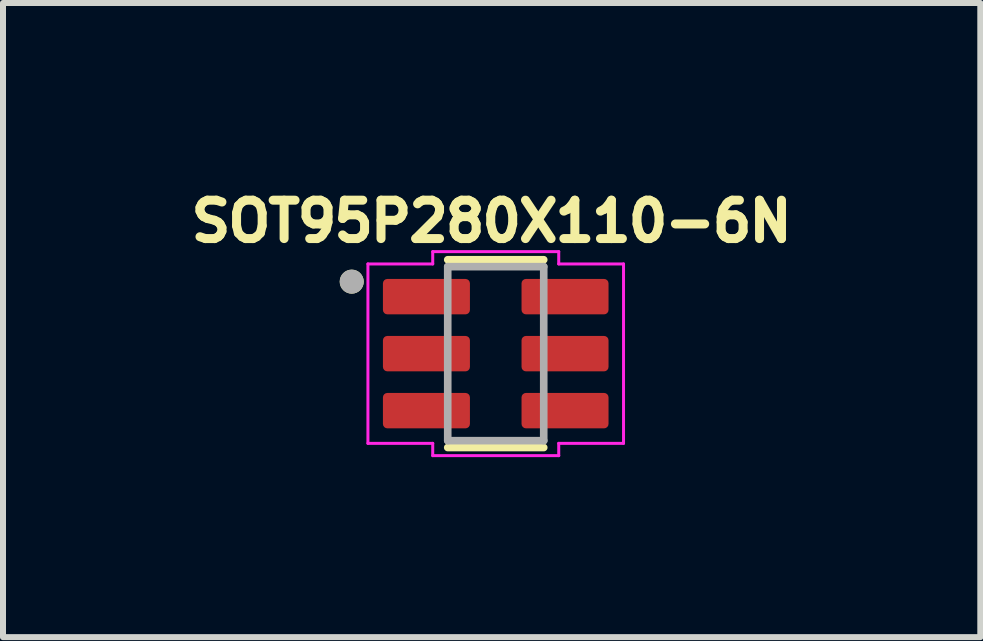
<source format=kicad_pcb>
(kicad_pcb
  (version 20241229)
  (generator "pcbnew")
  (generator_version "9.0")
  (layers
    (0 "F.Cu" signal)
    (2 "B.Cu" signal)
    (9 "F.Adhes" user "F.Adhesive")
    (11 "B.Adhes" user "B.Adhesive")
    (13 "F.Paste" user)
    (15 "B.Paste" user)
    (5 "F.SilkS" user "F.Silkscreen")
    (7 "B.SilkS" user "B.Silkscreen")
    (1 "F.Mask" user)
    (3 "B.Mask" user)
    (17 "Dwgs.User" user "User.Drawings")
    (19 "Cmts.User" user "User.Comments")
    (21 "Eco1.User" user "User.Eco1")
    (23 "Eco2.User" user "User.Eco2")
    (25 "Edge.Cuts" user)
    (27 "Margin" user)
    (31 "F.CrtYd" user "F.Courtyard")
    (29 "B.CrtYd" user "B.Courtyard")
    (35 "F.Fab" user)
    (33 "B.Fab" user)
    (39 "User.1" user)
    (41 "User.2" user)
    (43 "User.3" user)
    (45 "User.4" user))
  (footprint "SOT95P280X110-6N"
    (layer "F.Cu")
    (at 5.212 2.844)
    (property "Reference" "SOT95P280X110-6N" (at -0.068 -2.206 0) (layer "F.SilkS") (effects (font (size 0.64 0.64) (thickness 0.15))))
    (attr smd)
    (fp_line (start -0.8 -1.565) (end 0.8 -1.565) (stroke (width 0.127) (type solid)) (layer "F.SilkS"))
    (fp_line (start -0.8 1.565) (end 0.8 1.565) (stroke (width 0.127) (type solid)) (layer "F.SilkS"))
    (fp_circle (center -2.4 -1.2) (end -2.3 -1.2) (stroke (width 0.2) (type solid)) (fill no) (layer "F.SilkS"))
    (fp_line (start -2.13 -1.495) (end -2.13 1.495) (stroke (width 0.05) (type solid)) (layer "F.CrtYd"))
    (fp_line (start -2.13 1.495) (end -1.05 1.495) (stroke (width 0.05) (type solid)) (layer "F.CrtYd"))
    (fp_line (start -1.05 -1.7) (end -1.05 -1.495) (stroke (width 0.05) (type solid)) (layer "F.CrtYd"))
    (fp_line (start -1.05 -1.495) (end -2.13 -1.495) (stroke (width 0.05) (type solid)) (layer "F.CrtYd"))
    (fp_line (start -1.05 1.495) (end -1.05 1.7) (stroke (width 0.05) (type solid)) (layer "F.CrtYd"))
    (fp_line (start -1.05 1.7) (end 1.05 1.7) (stroke (width 0.05) (type solid)) (layer "F.CrtYd"))
    (fp_line (start 1.05 -1.7) (end -1.05 -1.7) (stroke (width 0.05) (type solid)) (layer "F.CrtYd"))
    (fp_line (start 1.05 -1.495) (end 1.05 -1.7) (stroke (width 0.05) (type solid)) (layer "F.CrtYd"))
    (fp_line (start 1.05 1.495) (end 2.13 1.495) (stroke (width 0.05) (type solid)) (layer "F.CrtYd"))
    (fp_line (start 1.05 1.7) (end 1.05 1.495) (stroke (width 0.05) (type solid)) (layer "F.CrtYd"))
    (fp_line (start 2.13 -1.495) (end 1.05 -1.495) (stroke (width 0.05) (type solid)) (layer "F.CrtYd"))
    (fp_line (start 2.13 1.495) (end 2.13 -1.495) (stroke (width 0.05) (type solid)) (layer "F.CrtYd"))
    (fp_line (start -0.8 -1.45) (end -0.8 1.45) (stroke (width 0.127) (type solid)) (layer "F.Fab"))
    (fp_line (start -0.8 1.45) (end 0.8 1.45) (stroke (width 0.127) (type solid)) (layer "F.Fab"))
    (fp_line (start 0.8 -1.45) (end -0.8 -1.45) (stroke (width 0.127) (type solid)) (layer "F.Fab"))
    (fp_line (start 0.8 1.45) (end 0.8 -1.45) (stroke (width 0.127) (type solid)) (layer "F.Fab"))
    (fp_circle (center -2.4 -1.2) (end -2.3 -1.2) (stroke (width 0.2) (type solid)) (fill no) (layer "F.Fab"))
    (pad "1" smd roundrect (at -1.155 -0.95) (size 1.45 0.59) (layers "F.Cu" "F.Mask" "F.Paste") (roundrect_rratio 0.125))
    (pad "2" smd roundrect (at -1.155 0) (size 1.45 0.59) (layers "F.Cu" "F.Mask" "F.Paste") (roundrect_rratio 0.125))
    (pad "3" smd roundrect (at -1.155 0.95) (size 1.45 0.59) (layers "F.Cu" "F.Mask" "F.Paste") (roundrect_rratio 0.125))
    (pad "4" smd roundrect (at 1.155 0.95) (size 1.45 0.59) (layers "F.Cu" "F.Mask" "F.Paste") (roundrect_rratio 0.125))
    (pad "5" smd roundrect (at 1.155 0) (size 1.45 0.59) (layers "F.Cu" "F.Mask" "F.Paste") (roundrect_rratio 0.125))
    (pad "6" smd roundrect (at 1.155 -0.95) (size 1.45 0.59) (layers "F.Cu" "F.Mask" "F.Paste") (roundrect_rratio 0.125)))
  (gr_rect
    (start -3 -3)
    (end 13.288 7.569)
    (stroke (width 0.1) (type default))
    (fill no)
    (layer "Edge.Cuts")))
</source>
